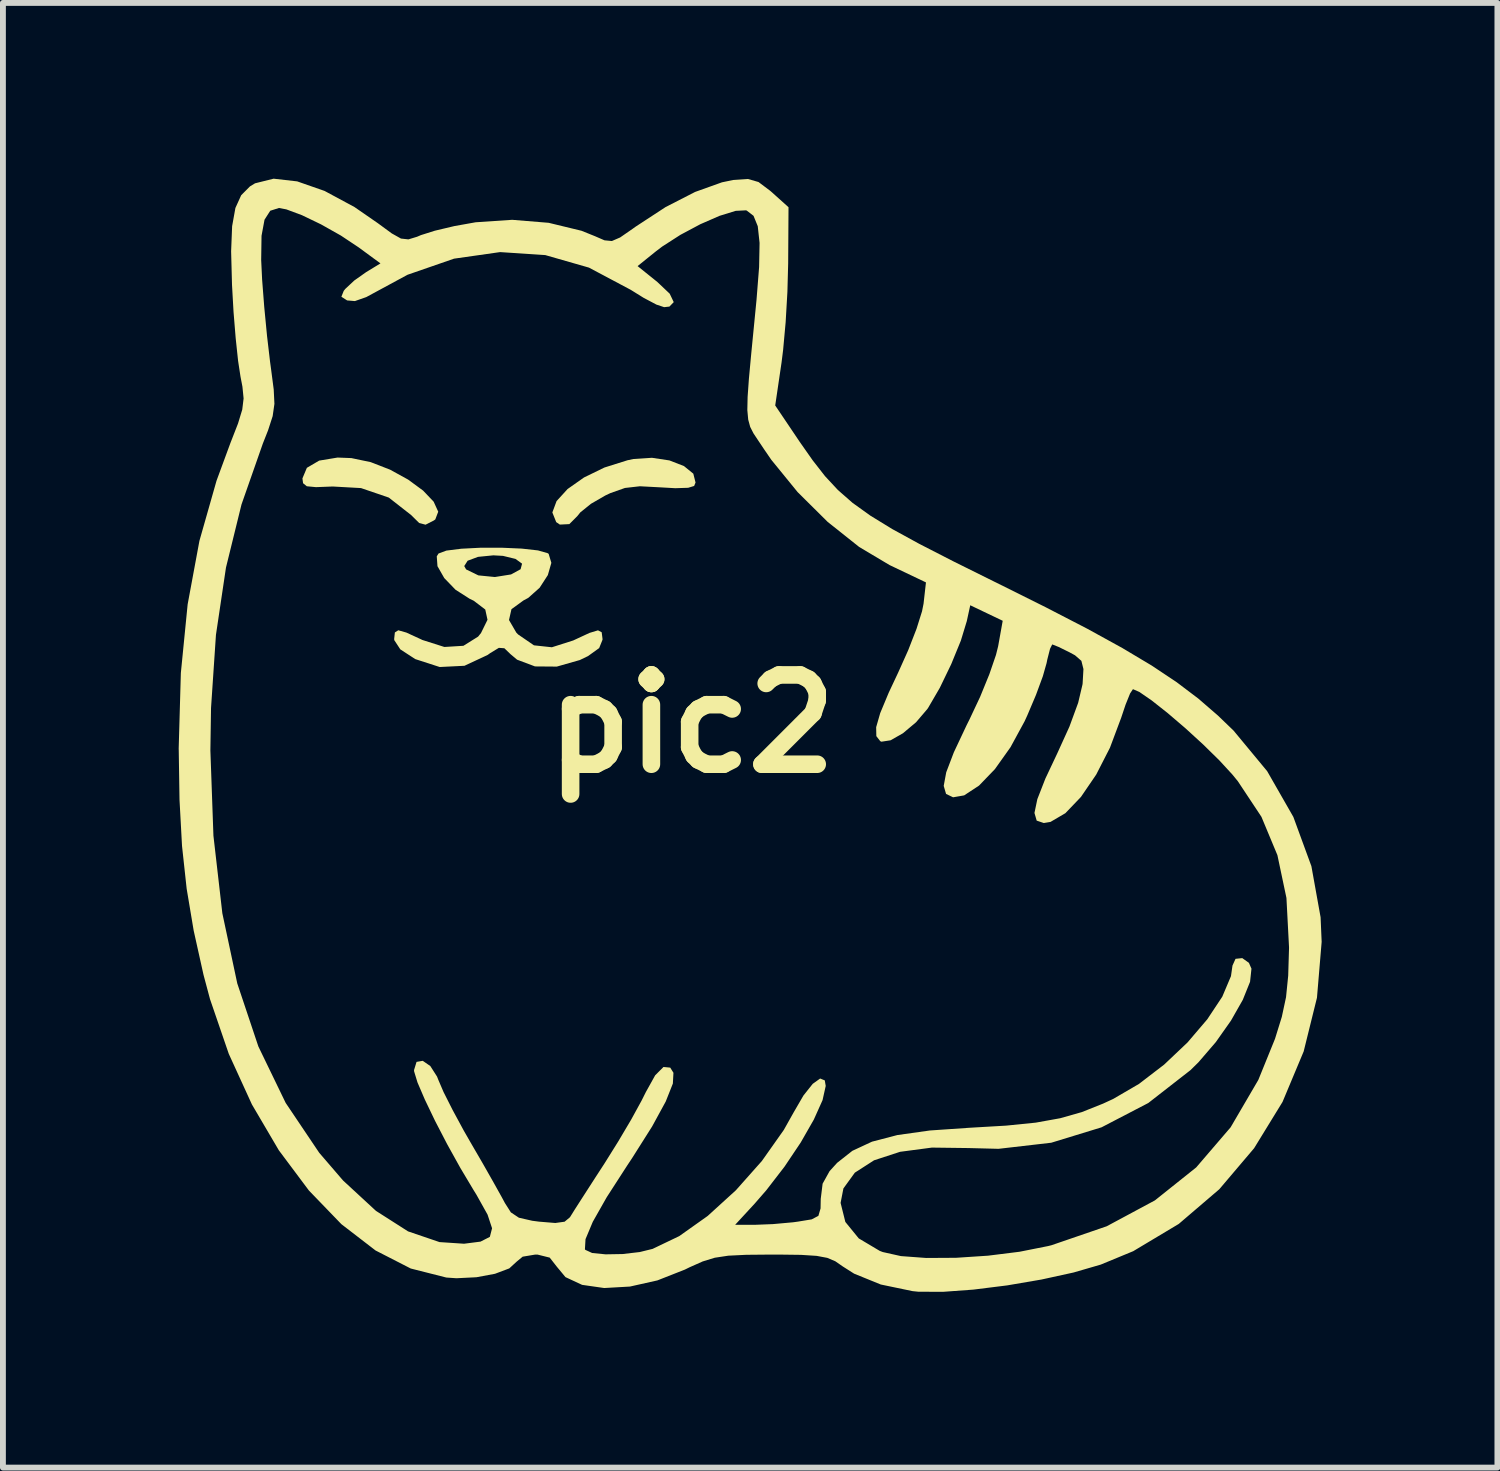
<source format=kicad_pcb>
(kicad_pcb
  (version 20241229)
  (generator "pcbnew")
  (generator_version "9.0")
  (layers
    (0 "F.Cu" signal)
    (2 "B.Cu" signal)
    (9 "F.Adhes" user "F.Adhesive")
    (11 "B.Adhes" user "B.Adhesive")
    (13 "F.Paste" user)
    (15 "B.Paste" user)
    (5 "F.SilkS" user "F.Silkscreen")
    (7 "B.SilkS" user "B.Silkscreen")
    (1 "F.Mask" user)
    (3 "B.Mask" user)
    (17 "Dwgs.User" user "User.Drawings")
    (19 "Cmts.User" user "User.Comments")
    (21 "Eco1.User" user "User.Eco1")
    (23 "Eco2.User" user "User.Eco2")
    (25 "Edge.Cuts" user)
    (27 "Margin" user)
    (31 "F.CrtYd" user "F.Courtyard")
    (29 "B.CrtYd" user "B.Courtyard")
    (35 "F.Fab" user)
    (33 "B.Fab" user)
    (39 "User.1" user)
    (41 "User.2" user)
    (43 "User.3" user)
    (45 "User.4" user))
  (footprint "pic2"
    (layer "F.Cu")
    (at 8.758 9.305)
    (property "Reference" "pic2" (at 0 0 0) (layer "F.SilkS") (effects (font (size 1.524 1.524) (thickness 0.3))))
    (attr board_only exclude_from_pos_files exclude_from_bom)
    (fp_poly (pts (xy -5.811 -4.536) (xy -5.481 -4.467) (xy -5.149 -4.338) (xy -4.842 -4.169) (xy -4.586 -3.981) (xy -4.406 -3.792) (xy -4.328 -3.621) (xy -4.378 -3.489) (xy -4.403 -3.471) (xy -4.544 -3.399) (xy -4.653 -3.428) (xy -4.792 -3.565) (xy -5.172 -3.862) (xy -5.646 -4.024) (xy -6.129 -4.051) (xy -6.415 -4.04) (xy -6.571 -4.055) (xy -6.635 -4.107) (xy -6.646 -4.189) (xy -6.57 -4.37) (xy -6.36 -4.493) (xy -6.046 -4.545)) (stroke (width 0) (type solid)) (fill yes) (layer "F.SilkS"))
    (fp_poly (pts (xy -0.381 -4.496) (xy -0.134 -4.4) (xy 0.026 -4.27) (xy 0.064 -4.119) (xy 0.04 -4.06) (xy -0.062 -4.029) (xy -0.282 -4.022) (xy -0.545 -4.037) (xy -0.886 -4.055) (xy -1.141 -4.026) (xy -1.39 -3.938) (xy -1.475 -3.898) (xy -1.719 -3.757) (xy -1.901 -3.611) (xy -1.952 -3.548) (xy -2.09 -3.409) (xy -2.252 -3.401) (xy -2.314 -3.443) (xy -2.38 -3.608) (xy -2.308 -3.802) (xy -2.12 -4.008) (xy -1.84 -4.205) (xy -1.491 -4.375) (xy -1.097 -4.499) (xy -0.996 -4.52) (xy -0.68 -4.541)) (stroke (width 0) (type solid)) (fill yes) (layer "F.SilkS"))
    (fp_poly (pts (xy -2.902 -2.991) (xy -2.625 -2.96) (xy -2.46 -2.913) (xy -2.443 -2.901) (xy -2.397 -2.748) (xy -2.457 -2.539) (xy -2.597 -2.323) (xy -2.791 -2.15) (xy -2.873 -2.106) (xy -3.078 -1.957) (xy -3.12 -1.772) (xy -2.995 -1.557) (xy -2.965 -1.526) (xy -2.694 -1.34) (xy -2.388 -1.307) (xy -2.024 -1.423) (xy -2.007 -1.431) (xy -1.746 -1.552) (xy -1.601 -1.596) (xy -1.538 -1.563) (xy -1.524 -1.453) (xy -1.524 -1.435) (xy -1.581 -1.293) (xy -1.77 -1.157) (xy -1.911 -1.089) (xy -2.304 -0.977) (xy -2.676 -0.98) (xy -2.982 -1.095) (xy -3.094 -1.189) (xy -3.199 -1.29) (xy -3.293 -1.297) (xy -3.441 -1.207) (xy -3.486 -1.175) (xy -3.88 -0.991) (xy -4.303 -0.97) (xy -4.72 -1.105) (xy -4.975 -1.271) (xy -5.078 -1.428) (xy -5.08 -1.448) (xy -5.068 -1.56) (xy -5.01 -1.597) (xy -4.872 -1.558) (xy -4.62 -1.442) (xy -4.6 -1.432) (xy -4.223 -1.312) (xy -3.898 -1.332) (xy -3.647 -1.489) (xy -3.598 -1.55) (xy -3.487 -1.776) (xy -3.525 -1.951) (xy -3.722 -2.101) (xy -3.792 -2.135) (xy -4.033 -2.289) (xy -4.225 -2.488) (xy -4.341 -2.691) (xy -4.341 -2.693) (xy -3.884 -2.693) (xy -3.852 -2.636) (xy -3.643 -2.534) (xy -3.361 -2.506) (xy -3.085 -2.55) (xy -2.922 -2.639) (xy -2.897 -2.734) (xy -3.009 -2.815) (xy -3.223 -2.867) (xy -3.387 -2.876) (xy -3.649 -2.85) (xy -3.826 -2.784) (xy -3.884 -2.693) (xy -4.341 -2.693) (xy -4.353 -2.859) (xy -4.323 -2.907) (xy -4.189 -2.957) (xy -3.933 -2.989) (xy -3.602 -3.006) (xy -3.243 -3.006)) (stroke (width 0) (type solid)) (fill yes) (layer "F.SilkS"))
    (fp_poly (pts (xy -6.735 -9.259) (xy -6.268 -9.096) (xy -5.759 -8.822) (xy -5.361 -8.547) (xy -5.121 -8.371) (xy -4.964 -8.283) (xy -4.837 -8.269) (xy -4.689 -8.314) (xy -4.623 -8.342) (xy -4.386 -8.417) (xy -4.053 -8.496) (xy -3.695 -8.56) (xy -3.69 -8.561) (xy -3.066 -8.603) (xy -2.443 -8.552) (xy -1.882 -8.416) (xy -1.654 -8.324) (xy -1.49 -8.253) (xy -1.364 -8.241) (xy -1.223 -8.302) (xy -1.012 -8.448) (xy -0.959 -8.486) (xy -0.448 -8.82) (xy 0.057 -9.079) (xy 0.515 -9.243) (xy 0.708 -9.283) (xy 0.959 -9.3) (xy 1.139 -9.248) (xy 1.336 -9.1) (xy 1.364 -9.076) (xy 1.651 -8.818) (xy 1.645 -7.859) (xy 1.632 -7.373) (xy 1.602 -6.855) (xy 1.559 -6.383) (xy 1.532 -6.167) (xy 1.424 -5.434) (xy 1.843 -4.812) (xy 2.064 -4.497) (xy 2.274 -4.228) (xy 2.494 -3.991) (xy 2.744 -3.772) (xy 3.046 -3.555) (xy 3.419 -3.326) (xy 3.885 -3.071) (xy 4.462 -2.775) (xy 5.173 -2.422) (xy 5.188 -2.415) (xy 6.037 -1.992) (xy 6.751 -1.623) (xy 7.349 -1.294) (xy 7.85 -0.995) (xy 8.276 -0.711) (xy 8.646 -0.431) (xy 8.98 -0.142) (xy 9.247 0.115) (xy 9.821 0.808) (xy 10.268 1.589) (xy 10.576 2.43) (xy 10.733 3.302) (xy 10.751 3.722) (xy 10.671 4.675) (xy 10.444 5.592) (xy 10.083 6.454) (xy 9.598 7.244) (xy 9.004 7.944) (xy 8.312 8.536) (xy 7.535 9.001) (xy 6.981 9.23) (xy 6.517 9.365) (xy 5.969 9.485) (xy 5.384 9.585) (xy 4.807 9.657) (xy 4.286 9.695) (xy 3.866 9.693) (xy 3.768 9.683) (xy 3.226 9.57) (xy 2.771 9.385) (xy 2.579 9.263) (xy 2.449 9.173) (xy 2.312 9.115) (xy 2.13 9.081) (xy 1.865 9.064) (xy 1.479 9.059) (xy 1.357 9.059) (xy 0.929 9.063) (xy 0.623 9.078) (xy 0.392 9.113) (xy 0.187 9.176) (xy -0.038 9.276) (xy -0.117 9.315) (xy -0.587 9.5) (xy -1.056 9.605) (xy -1.495 9.63) (xy -1.872 9.576) (xy -2.156 9.444) (xy -2.303 9.267) (xy -2.425 9.111) (xy -2.63 9.06) (xy -2.672 9.059) (xy -2.887 9.095) (xy -2.992 9.182) (xy -3.115 9.295) (xy -3.359 9.387) (xy -3.676 9.446) (xy -4.018 9.463) (xy -4.19 9.451) (xy -4.797 9.297) (xy -5.398 8.989) (xy -5.981 8.54) (xy -6.535 7.966) (xy -7.048 7.28) (xy -7.508 6.497) (xy -7.903 5.633) (xy -8.223 4.7) (xy -8.334 4.285) (xy -8.502 3.53) (xy -8.622 2.814) (xy -8.701 2.086) (xy -8.744 1.294) (xy -8.757 0.455) (xy -8.217 0.455) (xy -8.165 1.91) (xy -8.013 3.233) (xy -7.758 4.431) (xy -7.398 5.507) (xy -6.932 6.47) (xy -6.359 7.322) (xy -5.952 7.795) (xy -5.391 8.313) (xy -4.843 8.663) (xy -4.306 8.846) (xy -3.887 8.874) (xy -3.606 8.838) (xy -3.447 8.757) (xy -3.409 8.61) (xy -3.486 8.377) (xy -3.676 8.037) (xy -3.725 7.958) (xy -3.95 7.581) (xy -4.175 7.176) (xy -4.383 6.775) (xy -4.557 6.412) (xy -4.682 6.121) (xy -4.739 5.934) (xy -4.741 5.91) (xy -4.698 5.77) (xy -4.592 5.752) (xy -4.463 5.841) (xy -4.348 6.021) (xy -4.327 6.075) (xy -4.237 6.285) (xy -4.083 6.59) (xy -3.892 6.943) (xy -3.771 7.154) (xy -3.567 7.505) (xy -3.383 7.829) (xy -3.243 8.08) (xy -3.19 8.179) (xy -3.088 8.339) (xy -2.951 8.43) (xy -2.723 8.482) (xy -2.608 8.497) (xy -2.33 8.52) (xy -2.171 8.498) (xy -2.082 8.424) (xy -2.074 8.413) (xy -1.995 8.286) (xy -1.846 8.054) (xy -1.652 7.753) (xy -1.489 7.502) (xy -1.256 7.129) (xy -1.034 6.754) (xy -0.857 6.431) (xy -0.785 6.287) (xy -0.625 5.999) (xy -0.483 5.857) (xy -0.368 5.868) (xy -0.313 5.956) (xy -0.323 6.14) (xy -0.445 6.447) (xy -0.677 6.872) (xy -1.019 7.413) (xy -1.1 7.535) (xy -1.452 8.08) (xy -1.69 8.5) (xy -1.814 8.796) (xy -1.824 8.967) (xy -1.818 8.978) (xy -1.701 9.032) (xy -1.472 9.055) (xy -1.183 9.05) (xy -0.889 9.016) (xy -0.669 8.962) (xy -0.214 8.744) (xy 0.271 8.4) (xy 0.752 7.962) (xy 1.196 7.462) (xy 1.571 6.931) (xy 1.737 6.635) (xy 1.906 6.344) (xy 2.064 6.145) (xy 2.191 6.054) (xy 2.27 6.086) (xy 2.286 6.181) (xy 2.232 6.423) (xy 2.083 6.755) (xy 1.86 7.145) (xy 1.583 7.558) (xy 1.272 7.961) (xy 1.072 8.191) (xy 0.74 8.551) (xy 1.078 8.551) (xy 1.385 8.539) (xy 1.728 8.508) (xy 1.809 8.497) (xy 2.047 8.458) (xy 2.161 8.398) (xy 2.198 8.271) (xy 2.201 8.108) (xy 2.233 7.849) (xy 2.352 7.635) (xy 2.481 7.493) (xy 2.741 7.288) (xy 3.076 7.132) (xy 3.509 7.019) (xy 4.064 6.941) (xy 4.733 6.895) (xy 5.367 6.858) (xy 5.871 6.807) (xy 6.288 6.732) (xy 6.658 6.627) (xy 7.021 6.482) (xy 7.194 6.402) (xy 7.633 6.146) (xy 8.063 5.816) (xy 8.461 5.439) (xy 8.799 5.043) (xy 9.055 4.657) (xy 9.203 4.307) (xy 9.229 4.126) (xy 9.281 4.011) (xy 9.396 3.999) (xy 9.509 4.079) (xy 9.553 4.179) (xy 9.529 4.403) (xy 9.405 4.711) (xy 9.203 5.066) (xy 8.944 5.433) (xy 8.649 5.776) (xy 8.512 5.911) (xy 7.792 6.472) (xy 6.994 6.887) (xy 6.136 7.15) (xy 5.236 7.254) (xy 4.726 7.241) (xy 4.099 7.233) (xy 3.555 7.305) (xy 3.111 7.45) (xy 2.783 7.661) (xy 2.588 7.93) (xy 2.54 8.177) (xy 2.621 8.502) (xy 2.85 8.783) (xy 3.208 8.996) (xy 3.26 9.016) (xy 3.569 9.085) (xy 4.001 9.117) (xy 4.511 9.114) (xy 5.056 9.078) (xy 5.594 9.011) (xy 6.081 8.914) (xy 6.138 8.9) (xy 7.082 8.576) (xy 7.905 8.134) (xy 8.61 7.571) (xy 9.197 6.887) (xy 9.67 6.078) (xy 9.955 5.376) (xy 10.071 5.002) (xy 10.143 4.666) (xy 10.18 4.299) (xy 10.194 3.834) (xy 10.194 3.81) (xy 10.15 2.972) (xy 9.996 2.242) (xy 9.723 1.587) (xy 9.32 0.979) (xy 9.225 0.863) (xy 9.005 0.624) (xy 8.728 0.352) (xy 8.423 0.073) (xy 8.12 -0.186) (xy 7.849 -0.4) (xy 7.64 -0.544) (xy 7.53 -0.592) (xy 7.481 -0.518) (xy 7.404 -0.327) (xy 7.33 -0.106) (xy 7.138 0.407) (xy 6.903 0.866) (xy 6.643 1.247) (xy 6.377 1.525) (xy 6.123 1.674) (xy 6.008 1.693) (xy 5.887 1.652) (xy 5.849 1.521) (xy 5.898 1.286) (xy 6.035 0.935) (xy 6.237 0.507) (xy 6.446 0.047) (xy 6.595 -0.359) (xy 6.668 -0.668) (xy 6.671 -0.688) (xy 6.685 -0.935) (xy 6.65 -1.075) (xy 6.541 -1.17) (xy 6.449 -1.22) (xy 6.265 -1.311) (xy 6.157 -1.354) (xy 6.152 -1.355) (xy 6.115 -1.281) (xy 6.068 -1.097) (xy 6.056 -1.037) (xy 5.992 -0.812) (xy 5.875 -0.494) (xy 5.726 -0.142) (xy 5.68 -0.042) (xy 5.44 0.399) (xy 5.174 0.773) (xy 4.903 1.054) (xy 4.649 1.221) (xy 4.46 1.254) (xy 4.34 1.196) (xy 4.3 1.059) (xy 4.343 0.827) (xy 4.473 0.486) (xy 4.692 0.021) (xy 4.739 -0.073) (xy 4.922 -0.462) (xy 5.08 -0.849) (xy 5.192 -1.176) (xy 5.229 -1.324) (xy 5.307 -1.759) (xy 4.753 -2.024) (xy 4.694 -1.753) (xy 4.593 -1.421) (xy 4.428 -1.018) (xy 4.233 -0.614) (xy 4.038 -0.279) (xy 4.02 -0.252) (xy 3.828 -0.027) (xy 3.604 0.161) (xy 3.393 0.281) (xy 3.237 0.305) (xy 3.217 0.296) (xy 3.15 0.21) (xy 3.147 0.057) (xy 3.216 -0.183) (xy 3.361 -0.531) (xy 3.524 -0.878) (xy 3.694 -1.257) (xy 3.836 -1.622) (xy 3.93 -1.921) (xy 3.956 -2.051) (xy 3.997 -2.414) (xy 3.376 -2.71) (xy 2.857 -3.019) (xy 2.319 -3.447) (xy 1.806 -3.956) (xy 1.357 -4.507) (xy 1.233 -4.688) (xy 1.132 -4.839) (xy 1.053 -4.958) (xy 0.997 -5.068) (xy 0.963 -5.193) (xy 0.948 -5.356) (xy 0.953 -5.581) (xy 0.975 -5.891) (xy 1.014 -6.31) (xy 1.068 -6.861) (xy 1.105 -7.239) (xy 1.149 -7.797) (xy 1.157 -8.209) (xy 1.126 -8.494) (xy 1.054 -8.671) (xy 0.939 -8.76) (xy 0.925 -8.765) (xy 0.749 -8.756) (xy 0.474 -8.671) (xy 0.146 -8.528) (xy -0.195 -8.346) (xy -0.506 -8.146) (xy -0.611 -8.066) (xy -0.925 -7.813) (xy -0.588 -7.542) (xy -0.377 -7.342) (xy -0.308 -7.198) (xy -0.382 -7.122) (xy -0.472 -7.112) (xy -0.604 -7.156) (xy -0.823 -7.272) (xy -1.042 -7.408) (xy -1.755 -7.787) (xy -2.501 -8.001) (xy -3.272 -8.052) (xy -4.058 -7.94) (xy -4.852 -7.665) (xy -5.556 -7.284) (xy -5.75 -7.216) (xy -5.883 -7.227) (xy -5.981 -7.29) (xy -5.941 -7.39) (xy -5.915 -7.423) (xy -5.761 -7.567) (xy -5.557 -7.711) (xy -5.314 -7.859) (xy -5.684 -8.131) (xy -5.989 -8.334) (xy -6.328 -8.525) (xy -6.654 -8.682) (xy -6.92 -8.781) (xy -7.046 -8.805) (xy -7.195 -8.758) (xy -7.293 -8.605) (xy -7.344 -8.33) (xy -7.35 -7.917) (xy -7.334 -7.583) (xy -7.298 -7.118) (xy -7.25 -6.621) (xy -7.198 -6.178) (xy -7.181 -6.053) (xy -7.136 -5.707) (xy -7.124 -5.462) (xy -7.154 -5.252) (xy -7.232 -5.011) (xy -7.322 -4.783) (xy -7.686 -3.744) (xy -7.951 -2.667) (xy -8.122 -1.519) (xy -8.206 -0.27) (xy -8.217 0.455) (xy -8.757 0.455) (xy -8.758 0.423) (xy -8.721 -0.869) (xy -8.605 -2.04) (xy -8.404 -3.124) (xy -8.112 -4.15) (xy -7.876 -4.791) (xy -7.745 -5.127) (xy -7.673 -5.364) (xy -7.65 -5.554) (xy -7.67 -5.755) (xy -7.703 -5.927) (xy -7.744 -6.195) (xy -7.785 -6.581) (xy -7.822 -7.033) (xy -7.848 -7.495) (xy -7.863 -8.066) (xy -7.846 -8.494) (xy -7.79 -8.805) (xy -7.691 -9.023) (xy -7.542 -9.173) (xy -7.455 -9.226) (xy -7.138 -9.305)) (stroke (width 0) (type solid)) (fill yes) (layer "F.SilkS")))
  (gr_rect
    (start -3 -3)
    (end 22.509 22)
    (stroke (width 0.1) (type default))
    (fill no)
    (layer "Edge.Cuts")))
</source>
